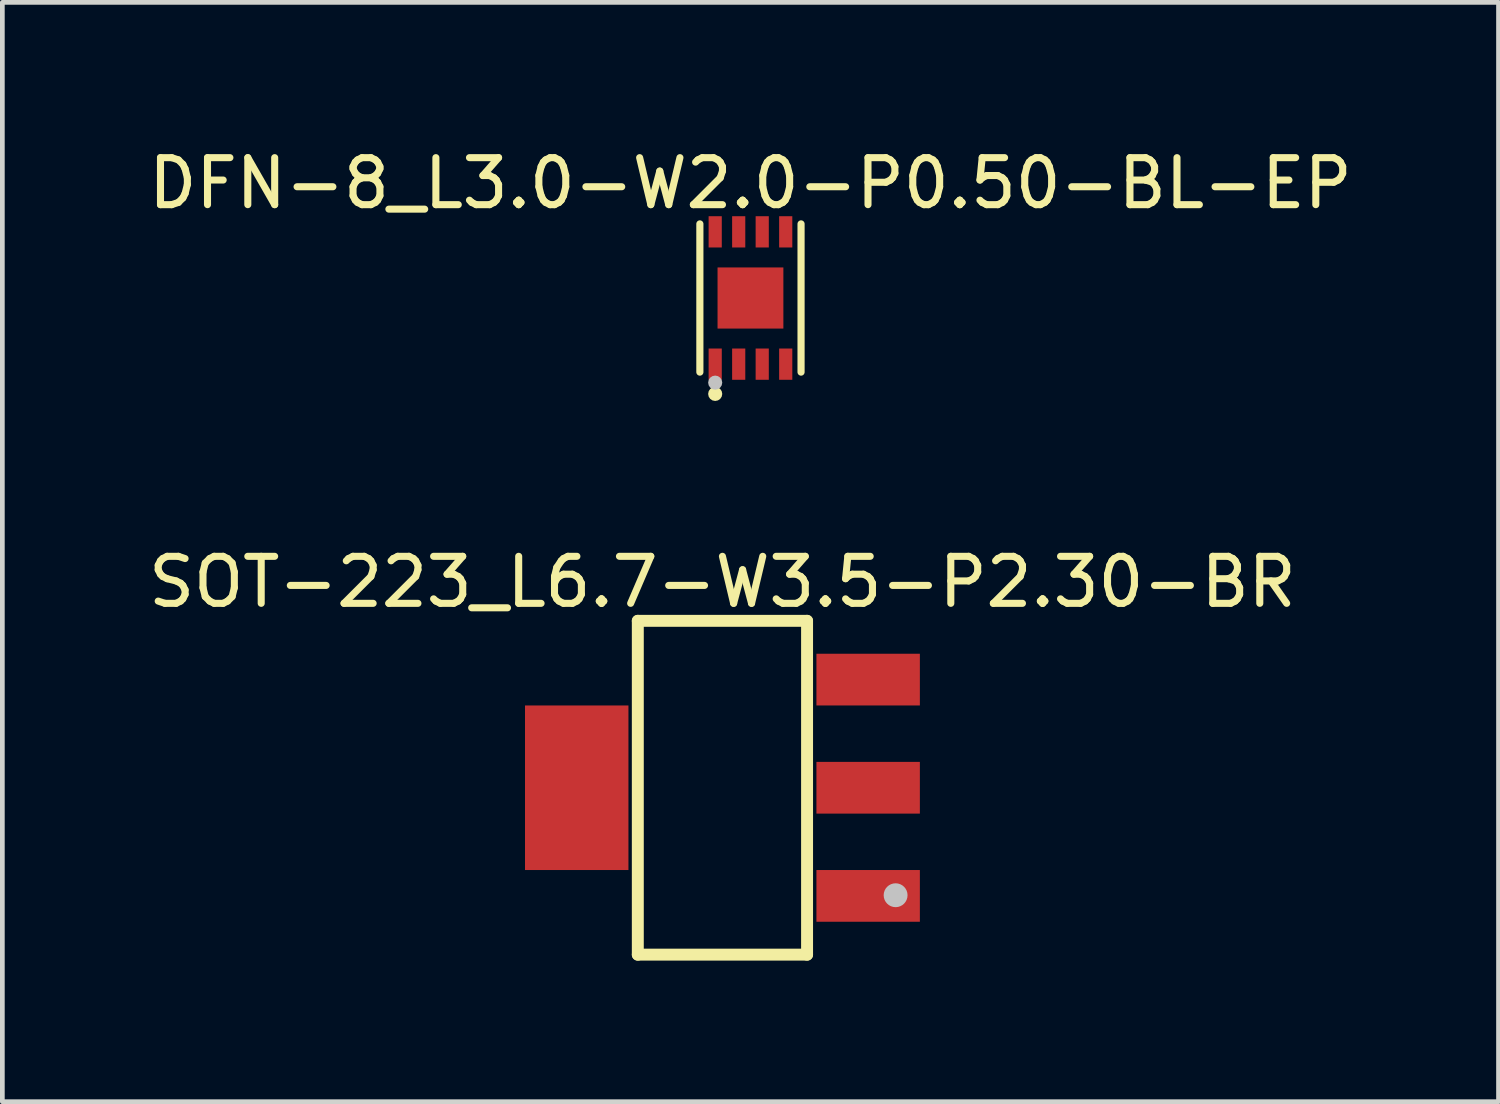
<source format=kicad_pcb>
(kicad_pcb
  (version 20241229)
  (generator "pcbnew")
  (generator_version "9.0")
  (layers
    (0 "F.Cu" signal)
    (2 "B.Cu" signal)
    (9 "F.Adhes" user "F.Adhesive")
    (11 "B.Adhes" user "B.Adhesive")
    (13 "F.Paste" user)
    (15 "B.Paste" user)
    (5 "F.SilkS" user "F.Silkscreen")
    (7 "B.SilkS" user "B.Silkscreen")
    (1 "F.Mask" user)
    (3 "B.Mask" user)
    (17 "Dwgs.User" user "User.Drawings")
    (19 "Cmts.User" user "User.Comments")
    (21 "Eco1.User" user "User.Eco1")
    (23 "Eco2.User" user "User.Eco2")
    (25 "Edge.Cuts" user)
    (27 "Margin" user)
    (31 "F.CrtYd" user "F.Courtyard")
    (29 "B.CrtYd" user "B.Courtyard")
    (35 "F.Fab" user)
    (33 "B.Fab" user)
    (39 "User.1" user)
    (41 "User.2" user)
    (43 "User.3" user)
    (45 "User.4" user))
  (footprint "DFN-8_L3.0-W2.0-P0.50-BL-EP"
    (layer "F.Cu")
    (at 12.911 3.288)
    (property "Reference" "DFN-8_L3.0-W2.0-P0.50-BL-EP" (at 0 -2.44 0) (layer "F.SilkS") (effects (font (size 1 1) (thickness 0.15))))
    (fp_line (start -1.076 1.576) (end -1.076 -1.576) (stroke (width 0.152) (type default)) (layer "F.SilkS"))
    (fp_line (start 1.076 1.576) (end 1.076 -1.576) (stroke (width 0.152) (type default)) (layer "F.SilkS"))
    (fp_circle (center -0.75 2.04) (end -0.675 2.04) (stroke (width 0.15) (type default)) (fill no) (layer "F.SilkS"))
    (fp_circle (center -0.75 1.8) (end -0.675 1.8) (stroke (width 0.15) (type default)) (fill no) (layer "Dwgs.User"))
    (fp_poly (pts (xy -0.87 -1.5) (xy -0.87 -1.1) (xy -0.63 -1.1) (xy -0.63 -1.5)) (stroke (width 0.1) (type default)) (fill no) (layer "User.1"))
    (fp_poly (pts (xy -0.87 1.5) (xy -0.87 1.1) (xy -0.63 1.1) (xy -0.63 1.5)) (stroke (width 0.1) (type default)) (fill no) (layer "User.1"))
    (fp_poly (pts (xy -0.37 -1.5) (xy -0.37 -1.1) (xy -0.13 -1.1) (xy -0.13 -1.5)) (stroke (width 0.1) (type default)) (fill no) (layer "User.1"))
    (fp_poly (pts (xy -0.37 1.5) (xy -0.37 1.1) (xy -0.13 1.1) (xy -0.13 1.5)) (stroke (width 0.1) (type default)) (fill no) (layer "User.1"))
    (fp_poly (pts (xy 0.13 -1.5) (xy 0.13 -1.1) (xy 0.37 -1.1) (xy 0.37 -1.5)) (stroke (width 0.1) (type default)) (fill no) (layer "User.1"))
    (fp_poly (pts (xy 0.13 1.5) (xy 0.13 1.1) (xy 0.37 1.1) (xy 0.37 1.5)) (stroke (width 0.1) (type default)) (fill no) (layer "User.1"))
    (fp_poly (pts (xy 0.63 -1.5) (xy 0.63 -1.1) (xy 0.87 -1.1) (xy 0.87 -1.5)) (stroke (width 0.1) (type default)) (fill no) (layer "User.1"))
    (fp_poly (pts (xy 0.63 1.5) (xy 0.63 1.1) (xy 0.87 1.1) (xy 0.87 1.5)) (stroke (width 0.1) (type default)) (fill no) (layer "User.1"))
    (fp_poly (pts (xy -0.7 0.52) (xy -0.7 -0.65) (xy 0.7 -0.65) (xy 0.7 0.65) (xy -0.57 0.65)) (stroke (width 0.1) (type default)) (fill no) (layer "User.1"))
    (fp_line (start -1 -1.5) (end 1 -1.5) (stroke (width 0.051) (type default)) (layer "User.2"))
    (fp_line (start -1 1.5) (end -1 -1.5) (stroke (width 0.051) (type default)) (layer "User.2"))
    (fp_line (start 1 -1.5) (end 1 1.5) (stroke (width 0.051) (type default)) (layer "User.2"))
    (fp_line (start 1 1.5) (end -1 1.5) (stroke (width 0.051) (type default)) (layer "User.2"))
    (fp_poly (pts (xy -0.945 1.477) (xy -0.977 1.445) (xy -1.023 1.445) (xy -1.055 1.477) (xy -1.055 1.523) (xy -1.023 1.555) (xy -0.977 1.555) (xy -0.945 1.523)) (stroke (width 0.1) (type default)) (fill no) (layer "User.3"))
    (pad "1" smd rect (at -0.75 1.407) (size 0.28 0.665) (layers "F.Cu" "F.Mask" "F.Paste"))
    (pad "2" smd rect (at -0.25 1.407) (size 0.28 0.665) (layers "F.Cu" "F.Mask" "F.Paste"))
    (pad "3" smd rect (at 0.25 1.407) (size 0.28 0.665) (layers "F.Cu" "F.Mask" "F.Paste"))
    (pad "4" smd rect (at 0.75 1.407) (size 0.28 0.665) (layers "F.Cu" "F.Mask" "F.Paste"))
    (pad "5" smd rect (at 0.75 -1.407) (size 0.28 0.665) (layers "F.Cu" "F.Mask" "F.Paste"))
    (pad "6" smd rect (at 0.25 -1.407) (size 0.28 0.665) (layers "F.Cu" "F.Mask" "F.Paste"))
    (pad "7" smd rect (at -0.25 -1.407) (size 0.28 0.665) (layers "F.Cu" "F.Mask" "F.Paste"))
    (pad "8" smd rect (at -0.75 -1.407) (size 0.28 0.665) (layers "F.Cu" "F.Mask" "F.Paste"))
    (pad "9" smd rect (at 0 0) (size 1.4 1.3) (layers "F.Cu" "F.Mask" "F.Paste")))
  (footprint "SOT-223_L6.7-W3.5-P2.30-BR"
    (layer "F.Cu")
    (at 12.315 13.704)
    (property "Reference" "SOT-223_L6.7-W3.5-P2.30-BR" (at 0 -4.377 0) (layer "F.SilkS") (effects (font (size 1 1) (thickness 0.15))))
    (fp_line (start -1.8 -3.55) (end 1.8 -3.55) (stroke (width 0.254) (type default)) (layer "F.SilkS"))
    (fp_line (start -1.8 3.55) (end -1.8 -3.55) (stroke (width 0.254) (type default)) (layer "F.SilkS"))
    (fp_line (start -1.8 3.55) (end 1.8 3.55) (stroke (width 0.254) (type default)) (layer "F.SilkS"))
    (fp_line (start 1.8 3.55) (end 1.8 -3.55) (stroke (width 0.254) (type default)) (layer "F.SilkS"))
    (fp_circle (center 3.683 2.286) (end 3.81 2.286) (stroke (width 0.254) (type default)) (fill no) (layer "Dwgs.User"))
    (fp_poly (pts (xy -3.5 1.5) (xy -3.5 -1.5) (xy -2.6 -1.5) (xy -2.6 1.5)) (stroke (width 0.1) (type default)) (fill no) (layer "User.1"))
    (fp_poly (pts (xy -2.61 1.5) (xy -2.61 -1.5) (xy -1.74 -1.5) (xy -1.74 1.5)) (stroke (width 0.1) (type default)) (fill no) (layer "User.1"))
    (fp_poly (pts (xy 1.74 -1.95) (xy 1.74 -2.65) (xy 2.61 -2.65) (xy 2.61 -1.95)) (stroke (width 0.1) (type default)) (fill no) (layer "User.1"))
    (fp_poly (pts (xy 1.74 0.35) (xy 1.74 -0.35) (xy 2.61 -0.35) (xy 2.61 0.35)) (stroke (width 0.1) (type default)) (fill no) (layer "User.1"))
    (fp_poly (pts (xy 1.74 2.65) (xy 1.74 1.95) (xy 2.61 1.95) (xy 2.61 2.65)) (stroke (width 0.1) (type default)) (fill no) (layer "User.1"))
    (fp_poly (pts (xy 2.6 -1.95) (xy 2.6 -2.65) (xy 3.5 -2.65) (xy 3.5 -1.95)) (stroke (width 0.1) (type default)) (fill no) (layer "User.1"))
    (fp_poly (pts (xy 2.6 0.35) (xy 2.6 -0.35) (xy 3.5 -0.35) (xy 3.5 0.35)) (stroke (width 0.1) (type default)) (fill no) (layer "User.1"))
    (fp_poly (pts (xy 2.6 2.65) (xy 2.6 1.95) (xy 3.5 1.95) (xy 3.5 2.65)) (stroke (width 0.1) (type default)) (fill no) (layer "User.1"))
    (fp_line (start -1.75 -3.25) (end 1.75 -3.25) (stroke (width 0.051) (type default)) (layer "User.2"))
    (fp_line (start -1.75 3.25) (end -1.75 -3.25) (stroke (width 0.051) (type default)) (layer "User.2"))
    (fp_line (start 1.75 -3.25) (end 1.75 3.25) (stroke (width 0.051) (type default)) (layer "User.2"))
    (fp_line (start 1.75 3.25) (end -1.75 3.25) (stroke (width 0.051) (type default)) (layer "User.2"))
    (fp_poly (pts (xy 3.548 3.18) (xy 3.533 3.144) (xy 3.506 3.117) (xy 3.47 3.102) (xy 3.43 3.102) (xy 3.394 3.117) (xy 3.367 3.144) (xy 3.352 3.18) (xy 3.352 3.22) (xy 3.367 3.256) (xy 3.394 3.283) (xy 3.43 3.298) (xy 3.47 3.298) (xy 3.506 3.283) (xy 3.533 3.256) (xy 3.548 3.22)) (stroke (width 0.1) (type default)) (fill no) (layer "User.3"))
    (pad "1" smd rect (at 3.099 2.3 90) (size 1.1 2.2) (layers "F.Cu" "F.Mask" "F.Paste"))
    (pad "2" smd rect (at 3.099 0 90) (size 1.1 2.2) (layers "F.Cu" "F.Mask" "F.Paste"))
    (pad "3" smd rect (at 3.099 -2.3 90) (size 1.1 2.2) (layers "F.Cu" "F.Mask" "F.Paste"))
    (pad "4" smd rect (at -3.099 0) (size 2.2 3.5) (layers "F.Cu" "F.Mask" "F.Paste")))
  (gr_rect
    (start -3 -3)
    (end 28.821 20.381)
    (stroke (width 0.1) (type default))
    (fill no)
    (layer "Edge.Cuts")))
</source>
